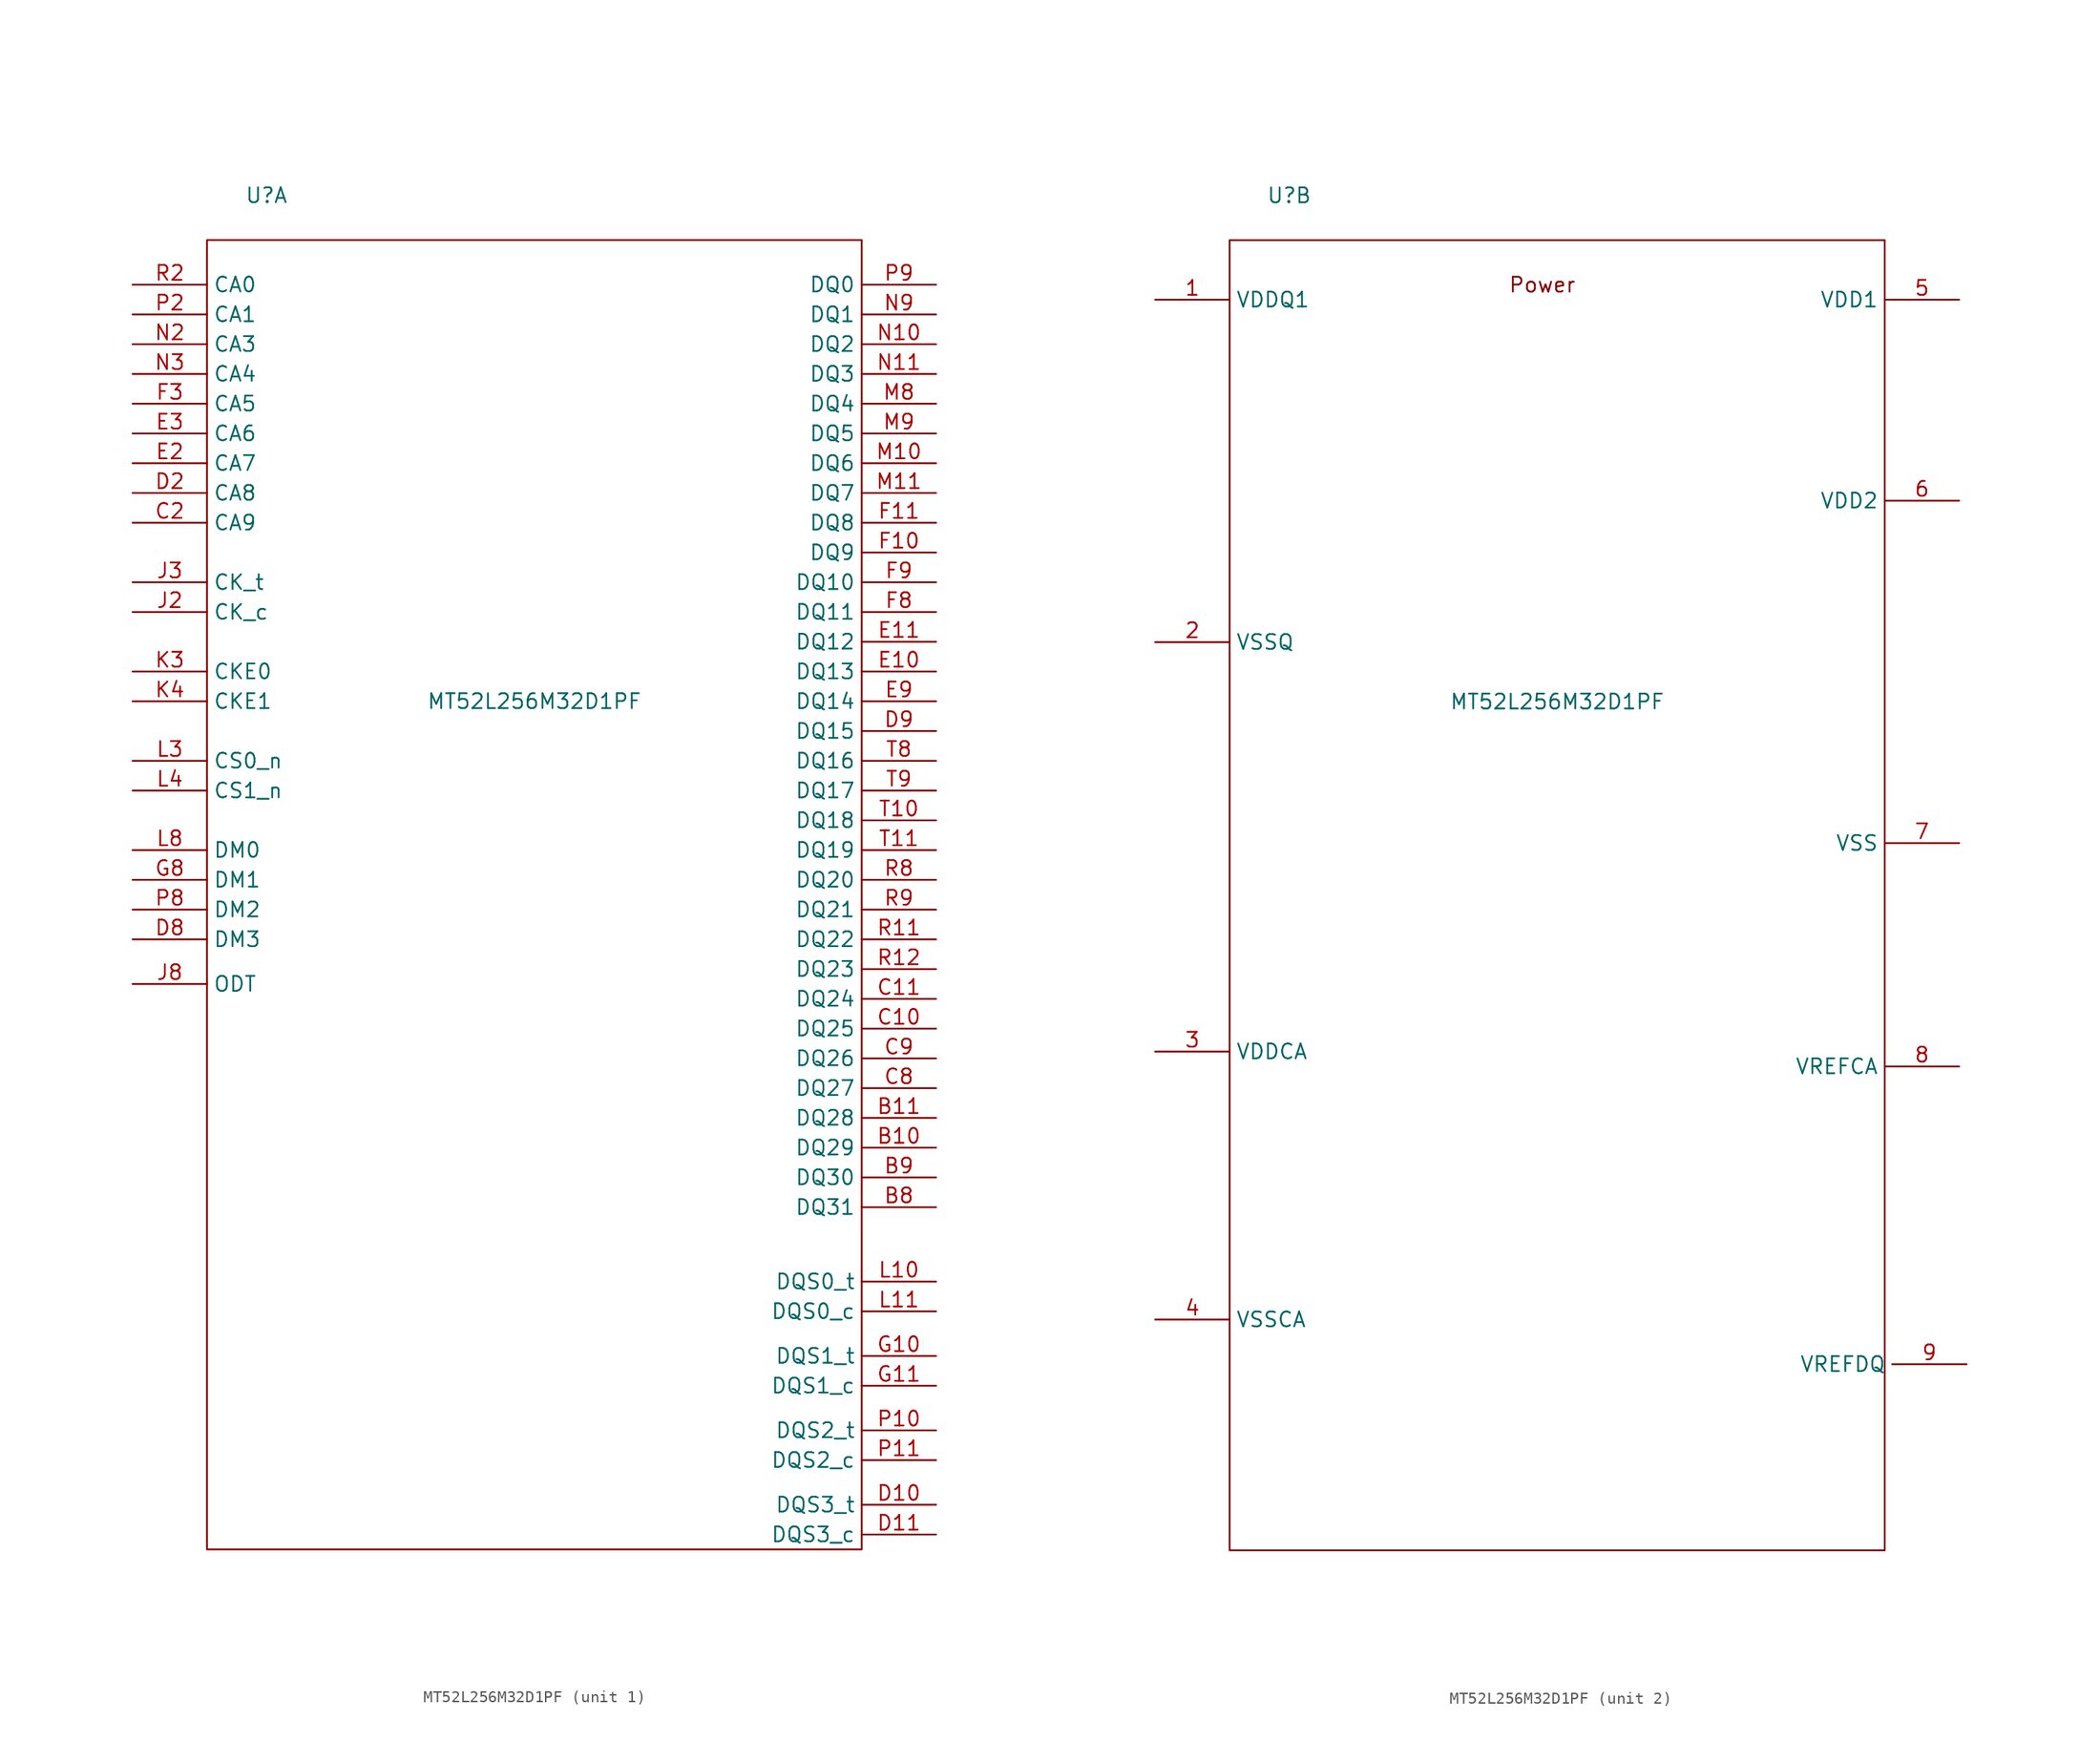
<source format=kicad_sym>
(kicad_symbol_lib
  (version 20220914)
  (generator kicad_symbol_editor)
  (symbol "MT52L256M32D1PF"
    (property "Reference" "U"
      (at -22.86 22.86 0)
      (effects (font (size 1.27 1.27))))
    (property "Value" "MT52L256M32D1PF"
      (at 0 -20.32 0)
      (effects (font (size 1.27 1.27))))
    (property "ki_locked" ""
      (at 0 0 0)
      (effects (font (size 1.27 1.27))))
    (symbol "MT52L256M32D1PF_0_1"
      (rectangle (start -27.94 19.05) (end 27.94 -92.71) (stroke (width 0) (type default)) (fill (type none))))
    (symbol "MT52L256M32D1PF_1_1"
      (pin bidirectional line (at 34.29 -58.42 180) (length 6.35) (name "DQ29" (effects (font (size 1.27 1.27)))) (number "B10" (effects (font (size 1.27 1.27)))))
      (pin bidirectional line (at 34.29 -55.88 180) (length 6.35) (name "DQ28" (effects (font (size 1.27 1.27)))) (number "B11" (effects (font (size 1.27 1.27)))))
      (pin bidirectional line (at 34.29 -63.5 180) (length 6.35) (name "DQ31" (effects (font (size 1.27 1.27)))) (number "B8" (effects (font (size 1.27 1.27)))))
      (pin bidirectional line (at 34.29 -60.96 180) (length 6.35) (name "DQ30" (effects (font (size 1.27 1.27)))) (number "B9" (effects (font (size 1.27 1.27)))))
      (pin bidirectional line (at 34.29 -48.26 180) (length 6.35) (name "DQ25" (effects (font (size 1.27 1.27)))) (number "C10" (effects (font (size 1.27 1.27)))))
      (pin bidirectional line (at 34.29 -45.72 180) (length 6.35) (name "DQ24" (effects (font (size 1.27 1.27)))) (number "C11" (effects (font (size 1.27 1.27)))))
      (pin input line (at -34.29 -5.08 0) (length 6.35) (name "CA9" (effects (font (size 1.27 1.27)))) (number "C2" (effects (font (size 1.27 1.27)))))
      (pin bidirectional line (at 34.29 -53.34 180) (length 6.35) (name "DQ27" (effects (font (size 1.27 1.27)))) (number "C8" (effects (font (size 1.27 1.27)))))
      (pin bidirectional line (at 34.29 -50.8 180) (length 6.35) (name "DQ26" (effects (font (size 1.27 1.27)))) (number "C9" (effects (font (size 1.27 1.27)))))
      (pin bidirectional line (at 34.29 -88.9 180) (length 6.35) (name "DQS3_t" (effects (font (size 1.27 1.27)))) (number "D10" (effects (font (size 1.27 1.27)))))
      (pin bidirectional line (at 34.29 -91.44 180) (length 6.35) (name "DQS3_c" (effects (font (size 1.27 1.27)))) (number "D11" (effects (font (size 1.27 1.27)))))
      (pin input line (at -34.29 -2.54 0) (length 6.35) (name "CA8" (effects (font (size 1.27 1.27)))) (number "D2" (effects (font (size 1.27 1.27)))))
      (pin input line (at -34.29 -40.64 0) (length 6.35) (name "DM3" (effects (font (size 1.27 1.27)))) (number "D8" (effects (font (size 1.27 1.27)))))
      (pin bidirectional line (at 34.29 -22.86 180) (length 6.35) (name "DQ15" (effects (font (size 1.27 1.27)))) (number "D9" (effects (font (size 1.27 1.27)))))
      (pin bidirectional line (at 34.29 -17.78 180) (length 6.35) (name "DQ13" (effects (font (size 1.27 1.27)))) (number "E10" (effects (font (size 1.27 1.27)))))
      (pin bidirectional line (at 34.29 -15.24 180) (length 6.35) (name "DQ12" (effects (font (size 1.27 1.27)))) (number "E11" (effects (font (size 1.27 1.27)))))
      (pin input line (at -34.29 0 0) (length 6.35) (name "CA7" (effects (font (size 1.27 1.27)))) (number "E2" (effects (font (size 1.27 1.27)))))
      (pin input line (at -34.29 2.54 0) (length 6.35) (name "CA6" (effects (font (size 1.27 1.27)))) (number "E3" (effects (font (size 1.27 1.27)))))
      (pin bidirectional line (at 34.29 -20.32 180) (length 6.35) (name "DQ14" (effects (font (size 1.27 1.27)))) (number "E9" (effects (font (size 1.27 1.27)))))
      (pin bidirectional line (at 34.29 -7.62 180) (length 6.35) (name "DQ9" (effects (font (size 1.27 1.27)))) (number "F10" (effects (font (size 1.27 1.27)))))
      (pin bidirectional line (at 34.29 -5.08 180) (length 6.35) (name "DQ8" (effects (font (size 1.27 1.27)))) (number "F11" (effects (font (size 1.27 1.27)))))
      (pin input line (at -34.29 5.08 0) (length 6.35) (name "CA5" (effects (font (size 1.27 1.27)))) (number "F3" (effects (font (size 1.27 1.27)))))
      (pin bidirectional line (at 34.29 -12.7 180) (length 6.35) (name "DQ11" (effects (font (size 1.27 1.27)))) (number "F8" (effects (font (size 1.27 1.27)))))
      (pin bidirectional line (at 34.29 -10.16 180) (length 6.35) (name "DQ10" (effects (font (size 1.27 1.27)))) (number "F9" (effects (font (size 1.27 1.27)))))
      (pin bidirectional line (at 34.29 -76.2 180) (length 6.35) (name "DQS1_t" (effects (font (size 1.27 1.27)))) (number "G10" (effects (font (size 1.27 1.27)))))
      (pin bidirectional line (at 34.29 -78.74 180) (length 6.35) (name "DQS1_c" (effects (font (size 1.27 1.27)))) (number "G11" (effects (font (size 1.27 1.27)))))
      (pin input line (at -34.29 -35.56 0) (length 6.35) (name "DM1" (effects (font (size 1.27 1.27)))) (number "G8" (effects (font (size 1.27 1.27)))))
      (pin input line (at -34.29 -12.7 0) (length 6.35) (name "CK_c" (effects (font (size 1.27 1.27)))) (number "J2" (effects (font (size 1.27 1.27)))))
      (pin input line (at -34.29 -10.16 0) (length 6.35) (name "CK_t" (effects (font (size 1.27 1.27)))) (number "J3" (effects (font (size 1.27 1.27)))))
      (pin input line (at -34.29 -44.45 0) (length 6.35) (name "ODT" (effects (font (size 1.27 1.27)))) (number "J8" (effects (font (size 1.27 1.27)))))
      (pin input line (at -34.29 -17.78 0) (length 6.35) (name "CKE0" (effects (font (size 1.27 1.27)))) (number "K3" (effects (font (size 1.27 1.27)))))
      (pin input line (at -34.29 -20.32 0) (length 6.35) (name "CKE1" (effects (font (size 1.27 1.27)))) (number "K4" (effects (font (size 1.27 1.27)))))
      (pin bidirectional line (at 34.29 -69.85 180) (length 6.35) (name "DQS0_t" (effects (font (size 1.27 1.27)))) (number "L10" (effects (font (size 1.27 1.27)))))
      (pin bidirectional line (at 34.29 -72.39 180) (length 6.35) (name "DQS0_c" (effects (font (size 1.27 1.27)))) (number "L11" (effects (font (size 1.27 1.27)))))
      (pin input line (at -34.29 -25.4 0) (length 6.35) (name "CS0_n" (effects (font (size 1.27 1.27)))) (number "L3" (effects (font (size 1.27 1.27)))))
      (pin input line (at -34.29 -27.94 0) (length 6.35) (name "CS1_n" (effects (font (size 1.27 1.27)))) (number "L4" (effects (font (size 1.27 1.27)))))
      (pin input line (at -34.29 -33.02 0) (length 6.35) (name "DM0" (effects (font (size 1.27 1.27)))) (number "L8" (effects (font (size 1.27 1.27)))))
      (pin bidirectional line (at 34.29 0 180) (length 6.35) (name "DQ6" (effects (font (size 1.27 1.27)))) (number "M10" (effects (font (size 1.27 1.27)))))
      (pin bidirectional line (at 34.29 -2.54 180) (length 6.35) (name "DQ7" (effects (font (size 1.27 1.27)))) (number "M11" (effects (font (size 1.27 1.27)))))
      (pin bidirectional line (at 34.29 5.08 180) (length 6.35) (name "DQ4" (effects (font (size 1.27 1.27)))) (number "M8" (effects (font (size 1.27 1.27)))))
      (pin bidirectional line (at 34.29 2.54 180) (length 6.35) (name "DQ5" (effects (font (size 1.27 1.27)))) (number "M9" (effects (font (size 1.27 1.27)))))
      (pin bidirectional line (at 34.29 10.16 180) (length 6.35) (name "DQ2" (effects (font (size 1.27 1.27)))) (number "N10" (effects (font (size 1.27 1.27)))))
      (pin bidirectional line (at 34.29 7.62 180) (length 6.35) (name "DQ3" (effects (font (size 1.27 1.27)))) (number "N11" (effects (font (size 1.27 1.27)))))
      (pin input line (at -34.29 10.16 0) (length 6.35) (name "CA3" (effects (font (size 1.27 1.27)))) (number "N2" (effects (font (size 1.27 1.27)))))
      (pin input line (at -34.29 7.62 0) (length 6.35) (name "CA4" (effects (font (size 1.27 1.27)))) (number "N3" (effects (font (size 1.27 1.27)))))
      (pin bidirectional line (at 34.29 12.7 180) (length 6.35) (name "DQ1" (effects (font (size 1.27 1.27)))) (number "N9" (effects (font (size 1.27 1.27)))))
      (pin bidirectional line (at 34.29 -82.55 180) (length 6.35) (name "DQS2_t" (effects (font (size 1.27 1.27)))) (number "P10" (effects (font (size 1.27 1.27)))))
      (pin bidirectional line (at 34.29 -85.09 180) (length 6.35) (name "DQS2_c" (effects (font (size 1.27 1.27)))) (number "P11" (effects (font (size 1.27 1.27)))))
      (pin input line (at -34.29 12.7 0) (length 6.35) (name "CA1" (effects (font (size 1.27 1.27)))) (number "P2" (effects (font (size 1.27 1.27)))))
      (pin input line (at -34.29 -38.1 0) (length 6.35) (name "DM2" (effects (font (size 1.27 1.27)))) (number "P8" (effects (font (size 1.27 1.27)))))
      (pin bidirectional line (at 34.29 15.24 180) (length 6.35) (name "DQ0" (effects (font (size 1.27 1.27)))) (number "P9" (effects (font (size 1.27 1.27)))))
      (pin bidirectional line (at 34.29 -40.64 180) (length 6.35) (name "DQ22" (effects (font (size 1.27 1.27)))) (number "R11" (effects (font (size 1.27 1.27)))))
      (pin bidirectional line (at 34.29 -43.18 180) (length 6.35) (name "DQ23" (effects (font (size 1.27 1.27)))) (number "R12" (effects (font (size 1.27 1.27)))))
      (pin input line (at -34.29 15.24 0) (length 6.35) (name "CA0" (effects (font (size 1.27 1.27)))) (number "R2" (effects (font (size 1.27 1.27)))))
      (pin bidirectional line (at 34.29 -35.56 180) (length 6.35) (name "DQ20" (effects (font (size 1.27 1.27)))) (number "R8" (effects (font (size 1.27 1.27)))))
      (pin bidirectional line (at 34.29 -38.1 180) (length 6.35) (name "DQ21" (effects (font (size 1.27 1.27)))) (number "R9" (effects (font (size 1.27 1.27)))))
      (pin bidirectional line (at 34.29 -30.48 180) (length 6.35) (name "DQ18" (effects (font (size 1.27 1.27)))) (number "T10" (effects (font (size 1.27 1.27)))))
      (pin bidirectional line (at 34.29 -33.02 180) (length 6.35) (name "DQ19" (effects (font (size 1.27 1.27)))) (number "T11" (effects (font (size 1.27 1.27)))))
      (pin bidirectional line (at 34.29 -25.4 180) (length 6.35) (name "DQ16" (effects (font (size 1.27 1.27)))) (number "T8" (effects (font (size 1.27 1.27)))))
      (pin bidirectional line (at 34.29 -27.94 180) (length 6.35) (name "DQ17" (effects (font (size 1.27 1.27)))) (number "T9" (effects (font (size 1.27 1.27))))))
    (symbol "MT52L256M32D1PF_2_1"
      (text "Power" (at -1.27 15.24 0) (effects (font (size 1.27 1.27))))
      (pin power_in line (at -34.29 13.97 0) (length 6.35) (name "VDDQ1" (effects (font (size 1.27 1.27)))) (number "1" (effects (font (size 1.27 1.27)))))
      (pin power_in line (at -34.29 -15.24 0) (length 6.35) (name "VSSQ" (effects (font (size 1.27 1.27)))) (number "2" (effects (font (size 1.27 1.27)))))
      (pin power_in line (at -34.29 -50.165 0) (length 6.35) (name "VDDCA" (effects (font (size 1.27 1.27)))) (number "3" (effects (font (size 1.27 1.27)))))
      (pin power_in line (at -34.29 -73.025 0) (length 6.35) (name "VSSCA" (effects (font (size 1.27 1.27)))) (number "4" (effects (font (size 1.27 1.27)))))
      (pin power_in line (at 34.29 13.97 180) (length 6.35) (name "VDD1" (effects (font (size 1.27 1.27)))) (number "5" (effects (font (size 1.27 1.27)))))
      (pin power_in line (at 34.29 -3.175 180) (length 6.35) (name "VDD2" (effects (font (size 1.27 1.27)))) (number "6" (effects (font (size 1.27 1.27)))))
      (pin power_in line (at 34.29 -32.385 180) (length 6.35) (name "VSS" (effects (font (size 1.27 1.27)))) (number "7" (effects (font (size 1.27 1.27)))))
      (pin power_in line (at 34.29 -51.435 180) (length 6.35) (name "VREFCA" (effects (font (size 1.27 1.27)))) (number "8" (effects (font (size 1.27 1.27)))))
      (pin power_in line (at 34.925 -76.835 180) (length 6.35) (name "VREFDQ" (effects (font (size 1.27 1.27)))) (number "9" (effects (font (size 1.27 1.27))))))))
</source>
